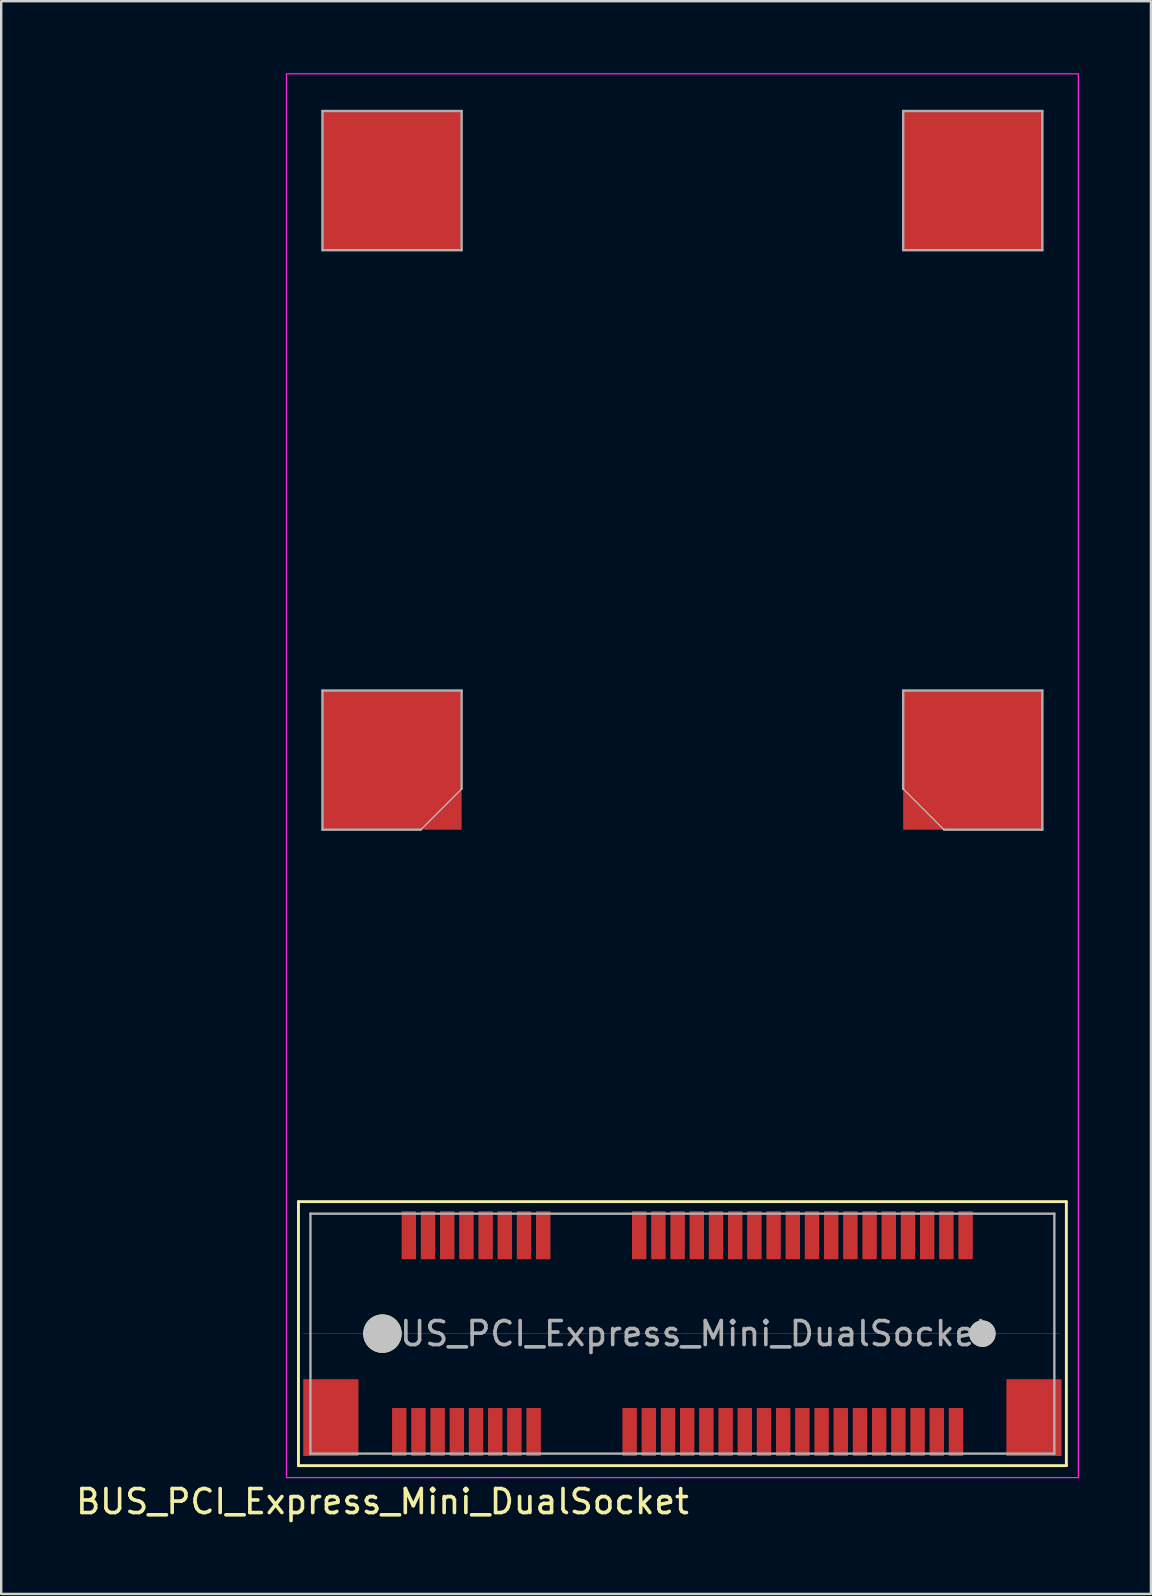
<source format=kicad_pcb>
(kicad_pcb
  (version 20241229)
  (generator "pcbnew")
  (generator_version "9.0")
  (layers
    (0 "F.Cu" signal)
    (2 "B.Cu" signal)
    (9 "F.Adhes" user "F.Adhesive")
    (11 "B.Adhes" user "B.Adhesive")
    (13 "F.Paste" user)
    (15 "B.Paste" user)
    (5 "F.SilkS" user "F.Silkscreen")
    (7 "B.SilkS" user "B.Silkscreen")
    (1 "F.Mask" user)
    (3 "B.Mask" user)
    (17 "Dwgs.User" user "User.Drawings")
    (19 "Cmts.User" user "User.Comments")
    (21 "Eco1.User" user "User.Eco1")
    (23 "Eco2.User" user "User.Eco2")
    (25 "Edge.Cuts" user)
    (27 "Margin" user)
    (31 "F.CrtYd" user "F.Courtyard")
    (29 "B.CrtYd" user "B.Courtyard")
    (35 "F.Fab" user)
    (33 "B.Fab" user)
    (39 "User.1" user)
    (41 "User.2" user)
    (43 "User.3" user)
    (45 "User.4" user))
  (footprint "BUS_PCI_Express_Mini_DualSocket"
    (layer "F.Cu")
    (at 25.387 52.525)
    (property "Reference" "BUS_PCI_Express_Mini_DualSocket" (at -12.5 7 180) (layer "F.SilkS") (effects (font (size 1 1) (thickness 0.15))))
    (attr smd)
    (fp_line (start -16 -5.5) (end -16 5.5) (stroke (width 0.12) (type solid)) (layer "F.SilkS"))
    (fp_line (start -16 5.5) (end 16 5.5) (stroke (width 0.12) (type solid)) (layer "F.SilkS"))
    (fp_line (start 16 -5.5) (end -16 -5.5) (stroke (width 0.12) (type solid)) (layer "F.SilkS"))
    (fp_line (start 16 5.5) (end 16 -5.5) (stroke (width 0.12) (type solid)) (layer "F.SilkS"))
    (fp_line (start -15.8 0) (end 15.725 0) (stroke (width 0.01) (type solid)) (layer "Dwgs.User"))
    (fp_line (start -9.2 -22.7) (end -10.9 -21) (stroke (width 0.05) (type solid)) (layer "Dwgs.User"))
    (fp_line (start 9.2 -22.7) (end 10.9 -21) (stroke (width 0.05) (type solid)) (layer "Dwgs.User"))
    (fp_line (start -16.5 -52.5) (end 16.5 -52.5) (stroke (width 0.05) (type solid)) (layer "F.CrtYd"))
    (fp_line (start -16.5 6) (end -16.5 -52.5) (stroke (width 0.05) (type solid)) (layer "F.CrtYd"))
    (fp_line (start 16.5 -52.5) (end 16.5 6) (stroke (width 0.05) (type solid)) (layer "F.CrtYd"))
    (fp_line (start 16.5 6) (end -16.5 6) (stroke (width 0.05) (type solid)) (layer "F.CrtYd"))
    (fp_line (start -15.5 -5) (end -15.5 5) (stroke (width 0.1) (type solid)) (layer "F.Fab"))
    (fp_line (start -15.5 5) (end 15.5 5) (stroke (width 0.1) (type solid)) (layer "F.Fab"))
    (fp_line (start -15 -50.95) (end -15 -45.15) (stroke (width 0.1) (type solid)) (layer "F.Fab"))
    (fp_line (start -15 -50.95) (end -9.2 -50.95) (stroke (width 0.1) (type solid)) (layer "F.Fab"))
    (fp_line (start -15 -45.15) (end -9.2 -45.15) (stroke (width 0.1) (type solid)) (layer "F.Fab"))
    (fp_line (start -15 -26.8) (end -15 -21) (stroke (width 0.1) (type solid)) (layer "F.Fab"))
    (fp_line (start -15 -21) (end -10.9 -21) (stroke (width 0.1) (type solid)) (layer "F.Fab"))
    (fp_line (start -9.2 -50.95) (end -9.2 -45.15) (stroke (width 0.1) (type solid)) (layer "F.Fab"))
    (fp_line (start -9.2 -26.8) (end -15 -26.8) (stroke (width 0.1) (type solid)) (layer "F.Fab"))
    (fp_line (start -9.2 -22.7) (end -9.2 -26.8) (stroke (width 0.1) (type solid)) (layer "F.Fab"))
    (fp_line (start 9.2 -50.95) (end 9.2 -45.15) (stroke (width 0.1) (type solid)) (layer "F.Fab"))
    (fp_line (start 9.2 -50.95) (end 15 -50.95) (stroke (width 0.1) (type solid)) (layer "F.Fab"))
    (fp_line (start 9.2 -45.15) (end 15 -45.15) (stroke (width 0.1) (type solid)) (layer "F.Fab"))
    (fp_line (start 9.2 -26.8) (end 15 -26.8) (stroke (width 0.1) (type solid)) (layer "F.Fab"))
    (fp_line (start 9.2 -22.7) (end 9.2 -26.8) (stroke (width 0.1) (type solid)) (layer "F.Fab"))
    (fp_line (start 15 -50.95) (end 15 -45.15) (stroke (width 0.1) (type solid)) (layer "F.Fab"))
    (fp_line (start 15 -26.8) (end 15 -21) (stroke (width 0.1) (type solid)) (layer "F.Fab"))
    (fp_line (start 15 -21) (end 10.9 -21) (stroke (width 0.1) (type solid)) (layer "F.Fab"))
    (fp_line (start 15.5 -5) (end -15.5 -5) (stroke (width 0.1) (type solid)) (layer "F.Fab"))
    (fp_line (start 15.5 5) (end 15.5 -5) (stroke (width 0.1) (type solid)) (layer "F.Fab"))
    (fp_text user "${REFERENCE}" (at 0 0 0) (layer "F.Fab") (effects (font (size 1 1) (thickness 0.15))))
    (pad "" smd rect (at -14.65 3.5) (size 2.3 3.2) (layers "F.Cu" "F.Mask" "F.Paste"))
    (pad "" connect circle (at -12.5 0) (size 1.6 1.6) (layers "F.SilkS" "Dwgs.User"))
    (pad "" connect rect (at -12.1 -48.05) (size 5.8 5.8) (layers "F.Cu"))
    (pad "" connect rect (at -12.1 -23.9) (size 5.8 5.8) (layers "F.Cu"))
    (pad "" connect rect (at 12.1 -48.05) (size 5.8 5.8) (layers "F.Cu"))
    (pad "" connect rect (at 12.1 -23.9) (size 5.8 5.8) (layers "F.Cu"))
    (pad "" connect circle (at 12.5 0) (size 1.1 1.1) (layers "F.SilkS" "Dwgs.User"))
    (pad "" smd rect (at 14.65 3.5) (size 2.3 3.2) (layers "F.Cu" "F.Mask" "F.Paste"))
    (pad "1" smd rect (at -11.8 4.1) (size 0.6 2) (layers "F.Cu" "F.Mask" "F.Paste"))
    (pad "2" smd rect (at -11.4 -4.1) (size 0.6 2) (layers "F.Cu" "F.Mask" "F.Paste"))
    (pad "3" smd rect (at -11 4.1) (size 0.6 2) (layers "F.Cu" "F.Mask" "F.Paste"))
    (pad "4" smd rect (at -10.6 -4.1) (size 0.6 2) (layers "F.Cu" "F.Mask" "F.Paste"))
    (pad "5" smd rect (at -10.2 4.1) (size 0.6 2) (layers "F.Cu" "F.Mask" "F.Paste"))
    (pad "6" smd rect (at -9.8 -4.1) (size 0.6 2) (layers "F.Cu" "F.Mask" "F.Paste"))
    (pad "7" smd rect (at -9.4 4.1) (size 0.6 2) (layers "F.Cu" "F.Mask" "F.Paste"))
    (pad "8" smd rect (at -9 -4.1) (size 0.6 2) (layers "F.Cu" "F.Mask" "F.Paste"))
    (pad "9" smd rect (at -8.6 4.1) (size 0.6 2) (layers "F.Cu" "F.Mask" "F.Paste"))
    (pad "10" smd rect (at -8.2 -4.1) (size 0.6 2) (layers "F.Cu" "F.Mask" "F.Paste"))
    (pad "11" smd rect (at -7.8 4.1) (size 0.6 2) (layers "F.Cu" "F.Mask" "F.Paste"))
    (pad "12" smd rect (at -7.4 -4.1) (size 0.6 2) (layers "F.Cu" "F.Mask" "F.Paste"))
    (pad "13" smd rect (at -7 4.1) (size 0.6 2) (layers "F.Cu" "F.Mask" "F.Paste"))
    (pad "14" smd rect (at -6.6 -4.1) (size 0.6 2) (layers "F.Cu" "F.Mask" "F.Paste"))
    (pad "15" smd rect (at -6.2 4.1) (size 0.6 2) (layers "F.Cu" "F.Mask" "F.Paste"))
    (pad "16" smd rect (at -5.8 -4.1) (size 0.6 2) (layers "F.Cu" "F.Mask" "F.Paste"))
    (pad "17" smd rect (at -2.2 4.1) (size 0.6 2) (layers "F.Cu" "F.Mask" "F.Paste"))
    (pad "18" smd rect (at -1.8 -4.1) (size 0.6 2) (layers "F.Cu" "F.Mask" "F.Paste"))
    (pad "19" smd rect (at -1.4 4.1) (size 0.6 2) (layers "F.Cu" "F.Mask" "F.Paste"))
    (pad "20" smd rect (at -1 -4.1) (size 0.6 2) (layers "F.Cu" "F.Mask" "F.Paste"))
    (pad "21" smd rect (at -0.6 4.1) (size 0.6 2) (layers "F.Cu" "F.Mask" "F.Paste"))
    (pad "22" smd rect (at -0.2 -4.1) (size 0.6 2) (layers "F.Cu" "F.Mask" "F.Paste"))
    (pad "23" smd rect (at 0.2 4.1) (size 0.6 2) (layers "F.Cu" "F.Mask" "F.Paste"))
    (pad "24" smd rect (at 0.6 -4.1) (size 0.6 2) (layers "F.Cu" "F.Mask" "F.Paste"))
    (pad "25" smd rect (at 1 4.1) (size 0.6 2) (layers "F.Cu" "F.Mask" "F.Paste"))
    (pad "26" smd rect (at 1.4 -4.1) (size 0.6 2) (layers "F.Cu" "F.Mask" "F.Paste"))
    (pad "27" smd rect (at 1.8 4.1) (size 0.6 2) (layers "F.Cu" "F.Mask" "F.Paste"))
    (pad "28" smd rect (at 2.2 -4.1) (size 0.6 2) (layers "F.Cu" "F.Mask" "F.Paste"))
    (pad "29" smd rect (at 2.6 4.1) (size 0.6 2) (layers "F.Cu" "F.Mask" "F.Paste"))
    (pad "30" smd rect (at 3 -4.1) (size 0.6 2) (layers "F.Cu" "F.Mask" "F.Paste"))
    (pad "31" smd rect (at 3.4 4.1) (size 0.6 2) (layers "F.Cu" "F.Mask" "F.Paste"))
    (pad "32" smd rect (at 3.8 -4.1) (size 0.6 2) (layers "F.Cu" "F.Mask" "F.Paste"))
    (pad "33" smd rect (at 4.2 4.1) (size 0.6 2) (layers "F.Cu" "F.Mask" "F.Paste"))
    (pad "34" smd rect (at 4.6 -4.1) (size 0.6 2) (layers "F.Cu" "F.Mask" "F.Paste"))
    (pad "35" smd rect (at 5 4.1) (size 0.6 2) (layers "F.Cu" "F.Mask" "F.Paste"))
    (pad "36" smd rect (at 5.4 -4.1) (size 0.6 2) (layers "F.Cu" "F.Mask" "F.Paste"))
    (pad "37" smd rect (at 5.8 4.1) (size 0.6 2) (layers "F.Cu" "F.Mask" "F.Paste"))
    (pad "38" smd rect (at 6.2 -4.1) (size 0.6 2) (layers "F.Cu" "F.Mask" "F.Paste"))
    (pad "39" smd rect (at 6.6 4.1) (size 0.6 2) (layers "F.Cu" "F.Mask" "F.Paste"))
    (pad "40" smd rect (at 7 -4.1) (size 0.6 2) (layers "F.Cu" "F.Mask" "F.Paste"))
    (pad "41" smd rect (at 7.4 4.1) (size 0.6 2) (layers "F.Cu" "F.Mask" "F.Paste"))
    (pad "42" smd rect (at 7.8 -4.1) (size 0.6 2) (layers "F.Cu" "F.Mask" "F.Paste"))
    (pad "43" smd rect (at 8.2 4.1) (size 0.6 2) (layers "F.Cu" "F.Mask" "F.Paste"))
    (pad "44" smd rect (at 8.6 -4.1) (size 0.6 2) (layers "F.Cu" "F.Mask" "F.Paste"))
    (pad "45" smd rect (at 9 4.1) (size 0.6 2) (layers "F.Cu" "F.Mask" "F.Paste"))
    (pad "46" smd rect (at 9.4 -4.1) (size 0.6 2) (layers "F.Cu" "F.Mask" "F.Paste"))
    (pad "47" smd rect (at 9.8 4.1) (size 0.6 2) (layers "F.Cu" "F.Mask" "F.Paste"))
    (pad "48" smd rect (at 10.2 -4.1) (size 0.6 2) (layers "F.Cu" "F.Mask" "F.Paste"))
    (pad "49" smd rect (at 10.6 4.1) (size 0.6 2) (layers "F.Cu" "F.Mask" "F.Paste"))
    (pad "50" smd rect (at 11 -4.1) (size 0.6 2) (layers "F.Cu" "F.Mask" "F.Paste"))
    (pad "51" smd rect (at 11.4 4.1) (size 0.6 2) (layers "F.Cu" "F.Mask" "F.Paste"))
    (pad "52" smd rect (at 11.8 -4.1) (size 0.6 2) (layers "F.Cu" "F.Mask" "F.Paste")))
  (gr_rect
    (start -3 -3)
    (end 44.912 63.373)
    (stroke (width 0.1) (type default))
    (fill no)
    (layer "Edge.Cuts")))
</source>
